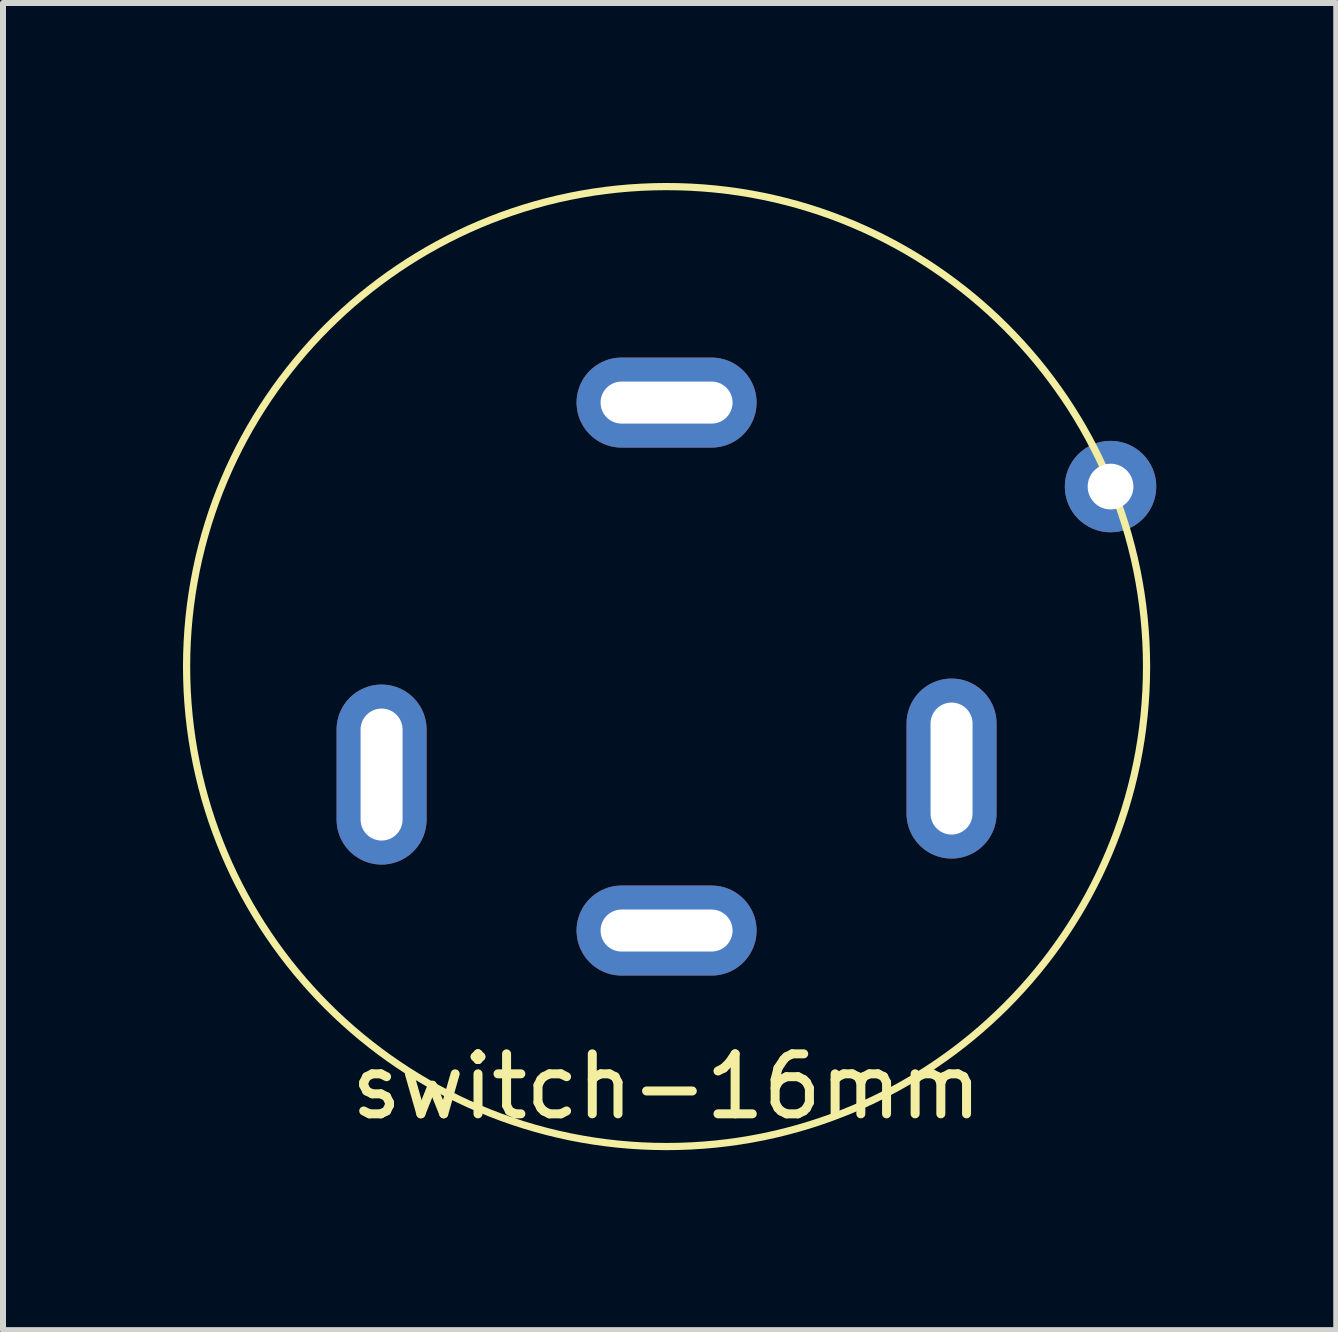
<source format=kicad_pcb>
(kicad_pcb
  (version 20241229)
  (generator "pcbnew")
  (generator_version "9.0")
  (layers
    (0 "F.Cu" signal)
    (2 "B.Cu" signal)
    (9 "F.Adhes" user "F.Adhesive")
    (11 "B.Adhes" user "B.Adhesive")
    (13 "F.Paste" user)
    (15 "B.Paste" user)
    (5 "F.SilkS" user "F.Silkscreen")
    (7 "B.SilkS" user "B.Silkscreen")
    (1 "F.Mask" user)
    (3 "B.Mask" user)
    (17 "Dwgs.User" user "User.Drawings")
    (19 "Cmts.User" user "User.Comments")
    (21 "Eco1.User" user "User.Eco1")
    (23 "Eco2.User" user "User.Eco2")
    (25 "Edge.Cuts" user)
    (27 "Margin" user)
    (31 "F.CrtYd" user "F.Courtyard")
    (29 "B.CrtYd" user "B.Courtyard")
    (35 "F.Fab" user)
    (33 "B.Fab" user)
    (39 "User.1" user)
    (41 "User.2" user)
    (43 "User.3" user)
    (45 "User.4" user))
  (footprint "switch-16mm"
    (layer "F.Cu")
    (at 8.06 8.06)
    (property "Reference" "switch-16mm" (at 0 7 0) (layer "F.SilkS") (effects (font (size 1 1) (thickness 0.15))))
    (attr through_hole)
    (fp_circle (center 0 0) (end 8 0) (stroke (width 0.12) (type solid)) (fill no) (layer "F.SilkS"))
    (pad "1" thru_hole oval (at -4.75 1.8 90) (size 3 1.5) (drill oval 2.2 0.7) (layers "*.Cu" "*.Mask"))
    (pad "2" thru_hole oval (at 4.75 1.7 90) (size 3 1.5) (drill oval 2.2 0.7) (layers "*.Cu" "*.Mask"))
    (pad "3" thru_hole oval (at 0 4.4 180) (size 3 1.5) (drill oval 2.2 0.7) (layers "*.Cu" "*.Mask"))
    (pad "4" thru_hole oval (at 0 -4.4 180) (size 3 1.5) (drill oval 2.2 0.7) (layers "*.Cu" "*.Mask"))
    (pad "5" thru_hole circle (at 7.4 -3) (size 1.524 1.524) (drill 0.762) (layers "*.Cu" "*.Mask")))
  (gr_rect
    (start -3 -3)
    (end 19.222 19.12)
    (stroke (width 0.1) (type default))
    (fill no)
    (layer "Edge.Cuts")))
</source>
